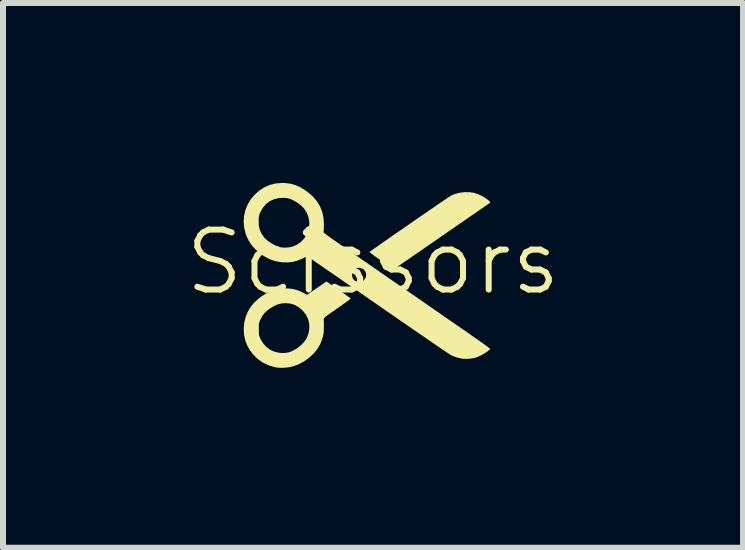
<source format=kicad_pcb>
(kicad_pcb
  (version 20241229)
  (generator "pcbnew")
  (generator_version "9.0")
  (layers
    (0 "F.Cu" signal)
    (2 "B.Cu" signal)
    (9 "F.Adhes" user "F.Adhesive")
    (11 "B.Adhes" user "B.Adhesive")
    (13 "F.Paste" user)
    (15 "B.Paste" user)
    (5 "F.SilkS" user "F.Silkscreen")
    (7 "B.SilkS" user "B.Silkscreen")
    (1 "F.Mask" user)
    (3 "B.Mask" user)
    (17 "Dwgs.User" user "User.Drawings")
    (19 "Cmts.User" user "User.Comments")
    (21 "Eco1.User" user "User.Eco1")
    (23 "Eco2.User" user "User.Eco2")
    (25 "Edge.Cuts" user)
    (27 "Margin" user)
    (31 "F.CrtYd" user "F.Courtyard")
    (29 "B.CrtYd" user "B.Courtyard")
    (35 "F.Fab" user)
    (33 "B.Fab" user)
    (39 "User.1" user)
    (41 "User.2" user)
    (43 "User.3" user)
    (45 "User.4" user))
  (footprint "Scissors"
    (layer "F.Cu")
    (at 3.169 1.82)
    (property "Reference" "Scissors" (at 0 -0.5 0) (unlocked yes) (layer "F.SilkS") (effects (font (size 1 1) (thickness 0.1))))
    (attr smd)
    (fp_poly (pts (xy 1.616 -1.665) (xy 1.691 -1.654) (xy 1.691 -1.653) (xy 1.749 -1.634) (xy 1.811 -1.606) (xy 1.869 -1.572) (xy 1.918 -1.536) (xy 1.919 -1.535) (xy 1.94 -1.516) (xy 1.954 -1.501) (xy 1.957 -1.494) (xy 1.957 -1.494) (xy 1.949 -1.488) (xy 1.929 -1.474) (xy 1.899 -1.453) (xy 1.859 -1.426) (xy 1.813 -1.394) (xy 1.762 -1.359) (xy 1.756 -1.355) (xy 1.718 -1.328) (xy 1.667 -1.293) (xy 1.605 -1.251) (xy 1.534 -1.201) (xy 1.454 -1.146) (xy 1.368 -1.087) (xy 1.277 -1.024) (xy 1.183 -0.959) (xy 1.086 -0.892) (xy 0.989 -0.825) (xy 0.953 -0.8) (xy 0.862 -0.737) (xy 0.775 -0.677) (xy 0.693 -0.621) (xy 0.617 -0.568) (xy 0.549 -0.521) (xy 0.488 -0.48) (xy 0.437 -0.444) (xy 0.396 -0.416) (xy 0.366 -0.396) (xy 0.349 -0.385) (xy 0.344 -0.382) (xy 0.337 -0.387) (xy 0.317 -0.4) (xy 0.287 -0.42) (xy 0.248 -0.447) (xy 0.202 -0.479) (xy 0.151 -0.514) (xy 0.14 -0.521) (xy 0.089 -0.557) (xy 0.042 -0.59) (xy 0.003 -0.619) (xy -0.028 -0.643) (xy -0.049 -0.659) (xy -0.058 -0.668) (xy -0.058 -0.669) (xy -0.05 -0.675) (xy -0.03 -0.69) (xy 0.002 -0.713) (xy 0.045 -0.744) (xy 0.098 -0.78) (xy 0.158 -0.823) (xy 0.226 -0.87) (xy 0.299 -0.921) (xy 0.377 -0.976) (xy 0.459 -1.032) (xy 0.543 -1.09) (xy 0.628 -1.149) (xy 0.713 -1.208) (xy 0.797 -1.266) (xy 0.879 -1.322) (xy 0.957 -1.376) (xy 1.03 -1.426) (xy 1.097 -1.472) (xy 1.157 -1.513) (xy 1.209 -1.548) (xy 1.252 -1.576) (xy 1.283 -1.597) (xy 1.303 -1.61) (xy 1.309 -1.613) (xy 1.376 -1.64) (xy 1.454 -1.658) (xy 1.535 -1.667)) (stroke (width 0) (type solid)) (fill yes) (layer "F.SilkS"))
    (fp_poly (pts (xy -0.576 -0.039) (xy -0.524 -0.003) (xy -0.477 0.03) (xy -0.436 0.059) (xy -0.404 0.082) (xy -0.381 0.098) (xy -0.371 0.106) (xy -0.371 0.106) (xy -0.376 0.112) (xy -0.395 0.127) (xy -0.424 0.149) (xy -0.462 0.177) (xy -0.509 0.21) (xy -0.561 0.247) (xy -0.595 0.271) (xy -0.658 0.315) (xy -0.709 0.35) (xy -0.748 0.378) (xy -0.777 0.399) (xy -0.797 0.416) (xy -0.81 0.428) (xy -0.818 0.438) (xy -0.822 0.446) (xy -0.822 0.453) (xy -0.822 0.455) (xy -0.821 0.474) (xy -0.82 0.505) (xy -0.819 0.544) (xy -0.819 0.579) (xy -0.822 0.664) (xy -0.835 0.741) (xy -0.859 0.817) (xy -0.884 0.874) (xy -0.929 0.95) (xy -0.989 1.023) (xy -1.061 1.09) (xy -1.141 1.149) (xy -1.228 1.198) (xy -1.319 1.234) (xy -1.322 1.235) (xy -1.378 1.249) (xy -1.443 1.258) (xy -1.51 1.262) (xy -1.575 1.261) (xy -1.631 1.254) (xy -1.639 1.252) (xy -1.743 1.22) (xy -1.838 1.174) (xy -1.923 1.115) (xy -1.998 1.04) (xy -2.043 0.983) (xy -2.093 0.9) (xy -2.129 0.809) (xy -2.15 0.713) (xy -2.156 0.617) (xy -1.904 0.617) (xy -1.904 0.661) (xy -1.903 0.693) (xy -1.9 0.717) (xy -1.894 0.738) (xy -1.884 0.762) (xy -1.873 0.787) (xy -1.829 0.859) (xy -1.775 0.918) (xy -1.711 0.964) (xy -1.638 0.996) (xy -1.557 1.013) (xy -1.508 1.015) (xy -1.451 1.013) (xy -1.402 1.003) (xy -1.384 0.998) (xy -1.322 0.97) (xy -1.261 0.932) (xy -1.203 0.887) (xy -1.154 0.836) (xy -1.115 0.784) (xy -1.101 0.759) (xy -1.073 0.679) (xy -1.061 0.6) (xy -1.065 0.521) (xy -1.084 0.446) (xy -1.119 0.376) (xy -1.169 0.312) (xy -1.185 0.296) (xy -1.246 0.247) (xy -1.307 0.213) (xy -1.373 0.192) (xy -1.447 0.185) (xy -1.463 0.184) (xy -1.53 0.19) (xy -1.594 0.206) (xy -1.658 0.236) (xy -1.709 0.267) (xy -1.763 0.306) (xy -1.805 0.345) (xy -1.839 0.388) (xy -1.868 0.44) (xy -1.873 0.45) (xy -1.887 0.478) (xy -1.895 0.5) (xy -1.901 0.521) (xy -1.903 0.546) (xy -1.904 0.58) (xy -1.904 0.617) (xy -2.156 0.617) (xy -2.156 0.614) (xy -2.148 0.514) (xy -2.124 0.416) (xy -2.088 0.327) (xy -2.042 0.249) (xy -1.983 0.177) (xy -1.909 0.109) (xy -1.86 0.072) (xy -1.769 0.014) (xy -1.679 -0.027) (xy -1.586 -0.053) (xy -1.49 -0.063) (xy -1.435 -0.062) (xy -1.363 -0.056) (xy -1.302 -0.044) (xy -1.244 -0.026) (xy -1.183 0.001) (xy -1.171 0.007) (xy -1.098 0.044) (xy -0.938 -0.066) (xy -0.777 -0.177)) (stroke (width 0) (type solid)) (fill yes) (layer "F.SilkS"))
    (fp_poly (pts (xy -1.472 -1.819) (xy -1.385 -1.809) (xy -1.304 -1.788) (xy -1.224 -1.754) (xy -1.143 -1.707) (xy -1.09 -1.669) (xy -1.006 -1.597) (xy -0.937 -1.517) (xy -0.884 -1.431) (xy -0.847 -1.338) (xy -0.825 -1.237) (xy -0.819 -1.136) (xy -0.82 -1.094) (xy -0.821 -1.056) (xy -0.822 -1.027) (xy -0.822 -1.013) (xy -0.823 -1.01) (xy -0.825 -1.007) (xy -0.826 -1.005) (xy -0.827 -1.003) (xy -0.827 -1.001) (xy -0.825 -0.997) (xy -0.82 -0.992) (xy -0.813 -0.985) (xy -0.801 -0.976) (xy -0.785 -0.963) (xy -0.765 -0.948) (xy -0.738 -0.929) (xy -0.705 -0.905) (xy -0.666 -0.877) (xy -0.618 -0.844) (xy -0.563 -0.805) (xy -0.499 -0.761) (xy -0.425 -0.71) (xy -0.341 -0.652) (xy -0.247 -0.586) (xy -0.141 -0.513) (xy -0.023 -0.432) (xy 0.107 -0.342) (xy 0.25 -0.242) (xy 0.303 -0.206) (xy 0.484 -0.081) (xy 0.652 0.035) (xy 0.806 0.142) (xy 0.948 0.24) (xy 1.078 0.33) (xy 1.196 0.412) (xy 1.304 0.487) (xy 1.401 0.554) (xy 1.488 0.614) (xy 1.566 0.668) (xy 1.634 0.716) (xy 1.695 0.758) (xy 1.747 0.795) (xy 1.793 0.827) (xy 1.831 0.854) (xy 1.863 0.877) (xy 1.889 0.896) (xy 1.911 0.912) (xy 1.927 0.924) (xy 1.939 0.934) (xy 1.947 0.941) (xy 1.953 0.946) (xy 1.955 0.95) (xy 1.956 0.952) (xy 1.954 0.954) (xy 1.952 0.954) (xy 1.949 0.955) (xy 1.946 0.956) (xy 1.943 0.957) (xy 1.943 0.958) (xy 1.909 0.988) (xy 1.864 1.019) (xy 1.811 1.049) (xy 1.755 1.075) (xy 1.701 1.095) (xy 1.679 1.1) (xy 1.624 1.109) (xy 1.563 1.113) (xy 1.504 1.112) (xy 1.482 1.109) (xy 1.386 1.087) (xy 1.302 1.052) (xy 1.29 1.045) (xy 1.265 1.028) (xy 1.227 1.003) (xy 1.178 0.97) (xy 1.118 0.929) (xy 1.047 0.881) (xy 0.968 0.827) (xy 0.88 0.766) (xy 0.784 0.7) (xy 0.681 0.63) (xy 0.572 0.555) (xy 0.458 0.476) (xy 0.34 0.394) (xy 0.217 0.31) (xy 0.168 0.275) (xy 0.043 0.189) (xy -0.078 0.105) (xy -0.196 0.023) (xy -0.309 -0.055) (xy -0.417 -0.13) (xy -0.519 -0.2) (xy -0.613 -0.265) (xy -0.635 -0.28) (xy -0.35 -0.28) (xy -0.35 -0.278) (xy -0.342 -0.237) (xy -0.32 -0.203) (xy -0.286 -0.179) (xy -0.243 -0.168) (xy -0.228 -0.167) (xy -0.198 -0.17) (xy -0.173 -0.182) (xy -0.158 -0.193) (xy -0.129 -0.227) (xy -0.115 -0.265) (xy -0.114 -0.305) (xy -0.127 -0.342) (xy -0.153 -0.374) (xy -0.177 -0.39) (xy -0.215 -0.404) (xy -0.249 -0.405) (xy -0.285 -0.391) (xy -0.293 -0.386) (xy -0.326 -0.359) (xy -0.344 -0.325) (xy -0.35 -0.28) (xy -0.635 -0.28) (xy -0.7 -0.325) (xy -0.778 -0.379) (xy -0.846 -0.426) (xy -0.904 -0.466) (xy -0.95 -0.498) (xy -0.984 -0.522) (xy -1.005 -0.536) (xy -1.009 -0.539) (xy -1.095 -0.598) (xy -1.17 -0.563) (xy -1.23 -0.537) (xy -1.282 -0.518) (xy -1.332 -0.506) (xy -1.385 -0.498) (xy -1.425 -0.495) (xy -1.531 -0.498) (xy -1.633 -0.517) (xy -1.732 -0.552) (xy -1.827 -0.605) (xy -1.918 -0.674) (xy -1.954 -0.706) (xy -2.022 -0.781) (xy -2.075 -0.861) (xy -2.116 -0.95) (xy -2.123 -0.972) (xy -2.148 -1.073) (xy -2.157 -1.175) (xy -2.156 -1.192) (xy -1.907 -1.192) (xy -1.905 -1.111) (xy -1.889 -1.041) (xy -1.86 -0.976) (xy -1.816 -0.913) (xy -1.801 -0.896) (xy -1.764 -0.863) (xy -1.717 -0.828) (xy -1.663 -0.796) (xy -1.608 -0.769) (xy -1.558 -0.751) (xy -1.544 -0.747) (xy -1.508 -0.743) (xy -1.462 -0.742) (xy -1.413 -0.745) (xy -1.368 -0.752) (xy -1.344 -0.758) (xy -1.27 -0.789) (xy -1.205 -0.834) (xy -1.151 -0.889) (xy -1.108 -0.953) (xy -1.078 -1.025) (xy -1.063 -1.101) (xy -1.062 -1.165) (xy -1.076 -1.248) (xy -1.104 -1.323) (xy -1.146 -1.389) (xy -1.203 -1.448) (xy -1.275 -1.5) (xy -1.333 -1.532) (xy -1.371 -1.549) (xy -1.401 -1.56) (xy -1.43 -1.567) (xy -1.466 -1.57) (xy -1.484 -1.571) (xy -1.57 -1.568) (xy -1.649 -1.549) (xy -1.721 -1.516) (xy -1.783 -1.469) (xy -1.835 -1.408) (xy -1.872 -1.344) (xy -1.888 -1.311) (xy -1.897 -1.284) (xy -1.903 -1.256) (xy -1.906 -1.223) (xy -1.907 -1.192) (xy -2.156 -1.192) (xy -2.149 -1.276) (xy -2.126 -1.374) (xy -2.087 -1.467) (xy -2.033 -1.554) (xy -1.978 -1.619) (xy -1.898 -1.691) (xy -1.812 -1.747) (xy -1.72 -1.788) (xy -1.621 -1.812) (xy -1.516 -1.82)) (stroke (width 0) (type solid)) (fill yes) (layer "F.SilkS")))
  (gr_rect
    (start -3 -3)
    (end 9.338 6.082)
    (stroke (width 0.1) (type default))
    (fill no)
    (layer "Edge.Cuts")))
</source>
